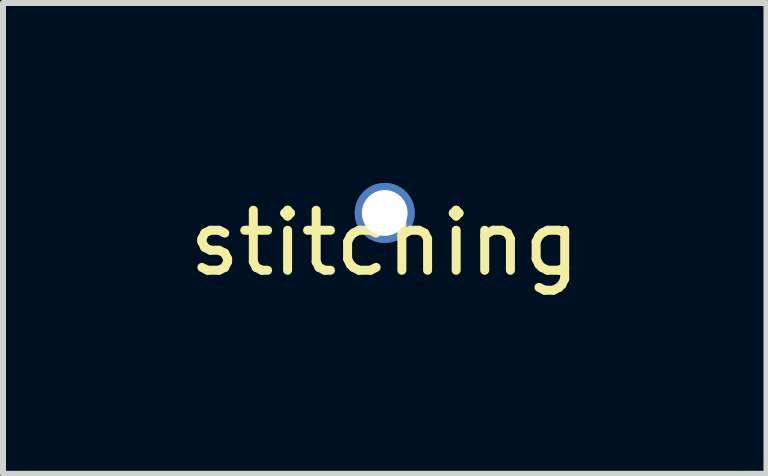
<source format=kicad_pcb>
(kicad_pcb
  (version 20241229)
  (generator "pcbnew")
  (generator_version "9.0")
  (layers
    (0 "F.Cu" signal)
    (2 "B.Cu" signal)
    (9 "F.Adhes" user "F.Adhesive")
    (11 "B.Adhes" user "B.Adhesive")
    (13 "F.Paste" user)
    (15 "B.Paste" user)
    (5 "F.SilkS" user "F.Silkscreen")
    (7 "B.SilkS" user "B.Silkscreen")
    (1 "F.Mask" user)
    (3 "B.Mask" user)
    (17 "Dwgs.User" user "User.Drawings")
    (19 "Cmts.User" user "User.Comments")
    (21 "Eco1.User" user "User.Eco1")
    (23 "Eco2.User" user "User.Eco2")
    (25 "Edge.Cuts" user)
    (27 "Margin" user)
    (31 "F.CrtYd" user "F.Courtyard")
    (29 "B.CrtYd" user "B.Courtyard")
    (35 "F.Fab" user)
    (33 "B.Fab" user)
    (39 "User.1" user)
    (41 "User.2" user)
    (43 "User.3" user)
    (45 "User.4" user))
  (footprint "stitching"
    (layer "F.Cu")
    (at 3.363 0.5)
    (property "Reference" "stitching" (at 0 0.5 0) (layer "F.SilkS") (effects (font (size 1 1) (thickness 0.15))))
    (attr through_hole)
    (pad "2" thru_hole circle (at 0 0) (size 1 1) (drill 0.762) (layers "*.Cu" "*.Mask")))
  (gr_rect
    (start -3 -3)
    (end 9.726 4.848)
    (stroke (width 0.1) (type default))
    (fill no)
    (layer "Edge.Cuts")))
</source>
